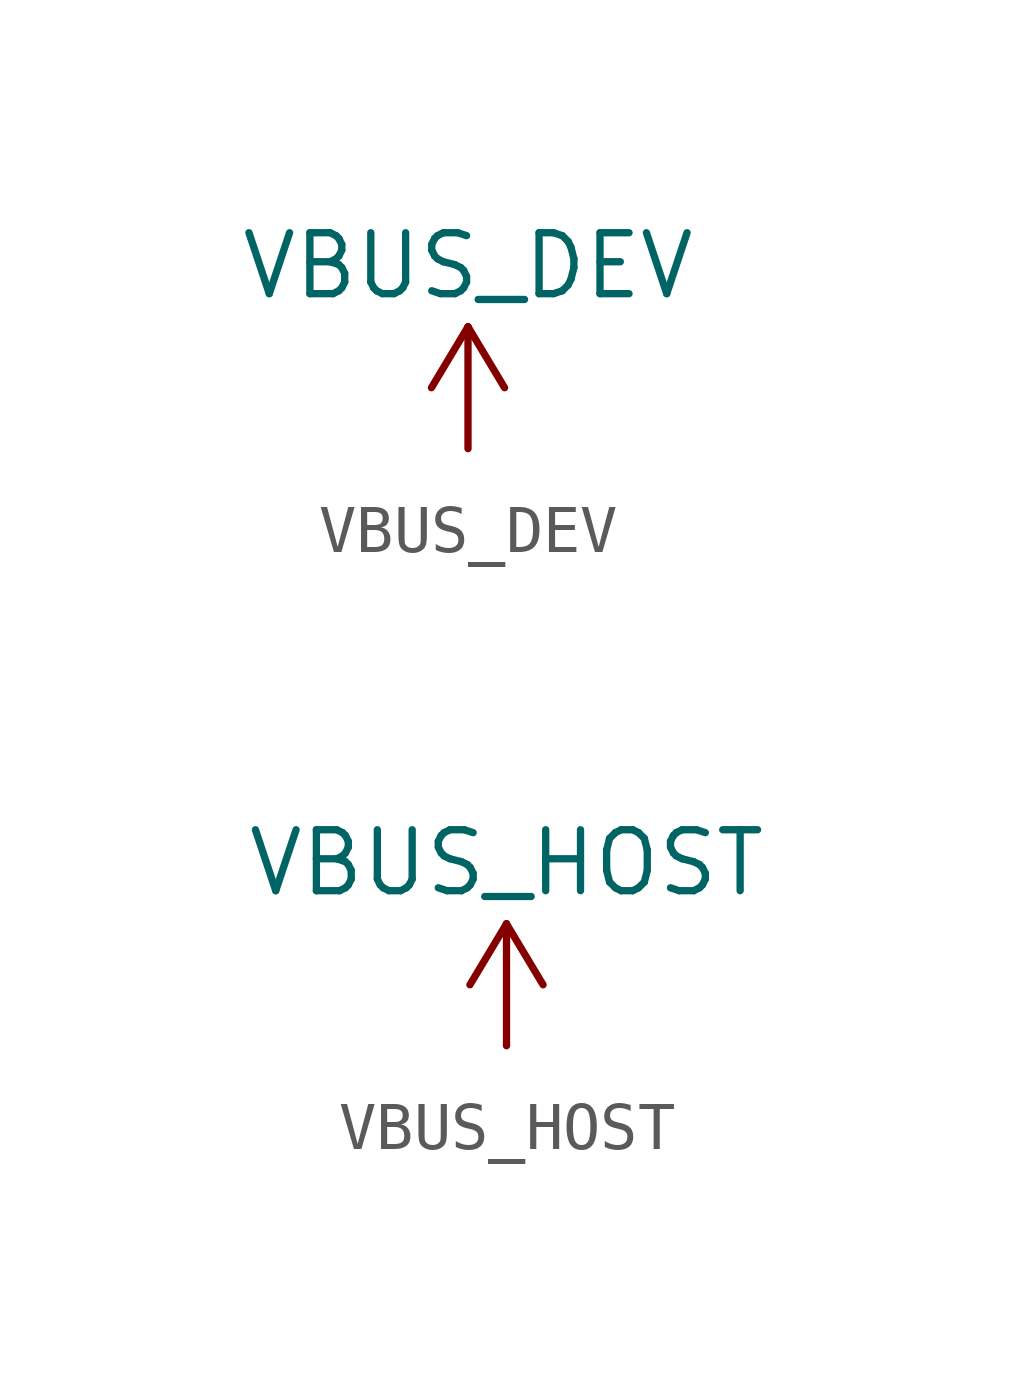
<source format=kicad_sym>
(kicad_symbol_lib
  (version 20211014)
  (generator kicad_symbol_editor)
  (symbol "VBUS_DEV"
    (power)
    (pin_names
      (offset 0))
    (property "Reference" "#PWR"
      (at 0 -3.81 0)
      (effects (font (size 1.27 1.27)) hide))
    (property "Value" "VBUS_DEV"
      (at 0 3.81 0)
      (effects (font (size 1.27 1.27))))
    (symbol "VBUS_DEV_0_1"
      (polyline (pts (xy -0.762 1.27) (xy 0 2.54)) (stroke (width 0) (type default) (color 0 0 0 0)) (fill (type none)))
      (polyline (pts (xy 0 0) (xy 0 2.54)) (stroke (width 0) (type default) (color 0 0 0 0)) (fill (type none)))
      (polyline (pts (xy 0 2.54) (xy 0.762 1.27)) (stroke (width 0) (type default) (color 0 0 0 0)) (fill (type none))))
    (symbol "VBUS_DEV_1_1"
      (pin power_in line (at 0 0 90) (length 0) hide (name "VBUS_DEV" (effects (font (size 1.27 1.27)))) (number "1" (effects (font (size 1.27 1.27)))))))
  (symbol "VBUS_HOST"
    (power)
    (pin_names
      (offset 0))
    (property "Reference" "#PWR"
      (at 0 -3.81 0)
      (effects (font (size 1.27 1.27)) hide))
    (property "Value" "VBUS_HOST"
      (at 0 3.81 0)
      (effects (font (size 1.27 1.27))))
    (symbol "VBUS_HOST_0_1"
      (polyline (pts (xy -0.762 1.27) (xy 0 2.54)) (stroke (width 0) (type default) (color 0 0 0 0)) (fill (type none)))
      (polyline (pts (xy 0 0) (xy 0 2.54)) (stroke (width 0) (type default) (color 0 0 0 0)) (fill (type none)))
      (polyline (pts (xy 0 2.54) (xy 0.762 1.27)) (stroke (width 0) (type default) (color 0 0 0 0)) (fill (type none))))
    (symbol "VBUS_HOST_1_1"
      (pin power_in line (at 0 0 90) (length 0) hide (name "VBUS_HOST" (effects (font (size 1.27 1.27)))) (number "1" (effects (font (size 1.27 1.27))))))))
</source>
